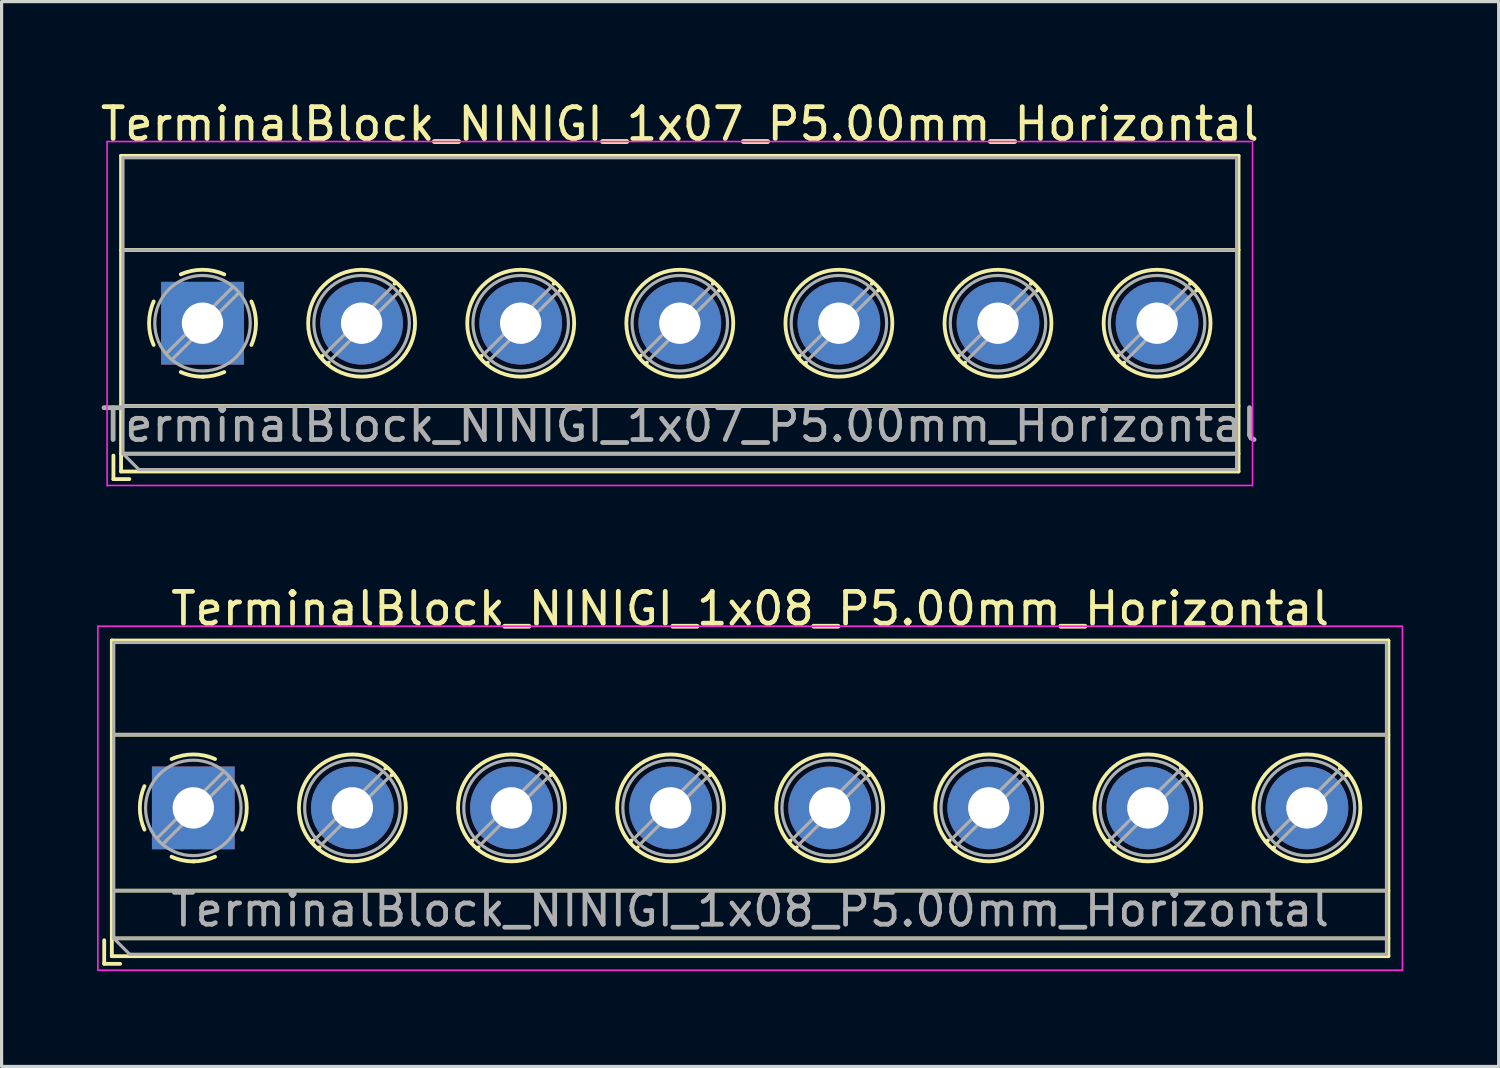
<source format=kicad_pcb>
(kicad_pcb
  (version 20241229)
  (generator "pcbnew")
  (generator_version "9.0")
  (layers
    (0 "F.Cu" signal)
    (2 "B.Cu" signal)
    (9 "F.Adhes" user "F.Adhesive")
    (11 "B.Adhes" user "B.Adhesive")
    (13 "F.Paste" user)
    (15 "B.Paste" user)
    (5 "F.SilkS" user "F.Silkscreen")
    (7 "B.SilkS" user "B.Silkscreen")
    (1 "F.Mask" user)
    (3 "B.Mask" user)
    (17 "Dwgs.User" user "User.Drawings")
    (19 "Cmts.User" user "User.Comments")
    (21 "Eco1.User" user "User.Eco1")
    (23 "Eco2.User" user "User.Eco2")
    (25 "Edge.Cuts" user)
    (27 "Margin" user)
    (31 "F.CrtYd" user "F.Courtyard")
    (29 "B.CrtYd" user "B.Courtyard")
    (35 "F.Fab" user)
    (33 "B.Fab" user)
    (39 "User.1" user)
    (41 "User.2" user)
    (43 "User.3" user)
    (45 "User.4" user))
  (footprint "TerminalBlock_NINIGI_1x07_P5.00mm_Horizontal"
    (layer "F.Cu")
    (at 3.315 7.108)
    (property "Reference" "TerminalBlock_NINIGI_1x07_P5.00mm_Horizontal" (at 15 -6.26 0) (layer "F.SilkS") (effects (font (size 1 1) (thickness 0.15))))
    (attr through_hole)
    (fp_line (start -2.8 4.16) (end -2.8 4.9) (stroke (width 0.12) (type solid)) (layer "F.SilkS"))
    (fp_line (start -2.8 4.9) (end -2.3 4.9) (stroke (width 0.12) (type solid)) (layer "F.SilkS"))
    (fp_line (start -2.56 -5.261) (end -2.56 4.66) (stroke (width 0.12) (type solid)) (layer "F.SilkS"))
    (fp_line (start -2.56 -5.261) (end 32.56 -5.261) (stroke (width 0.12) (type solid)) (layer "F.SilkS"))
    (fp_line (start -2.56 -2.301) (end 32.56 -2.301) (stroke (width 0.12) (type solid)) (layer "F.SilkS"))
    (fp_line (start -2.56 2.6) (end 32.56 2.6) (stroke (width 0.12) (type solid)) (layer "F.SilkS"))
    (fp_line (start -2.56 4.1) (end 32.56 4.1) (stroke (width 0.12) (type solid)) (layer "F.SilkS"))
    (fp_line (start -2.56 4.66) (end 32.56 4.66) (stroke (width 0.12) (type solid)) (layer "F.SilkS"))
    (fp_line (start 3.773 1.023) (end 3.726 1.069) (stroke (width 0.12) (type solid)) (layer "F.SilkS"))
    (fp_line (start 3.966 1.239) (end 3.931 1.274) (stroke (width 0.12) (type solid)) (layer "F.SilkS"))
    (fp_line (start 6.07 -1.275) (end 6.035 -1.239) (stroke (width 0.12) (type solid)) (layer "F.SilkS"))
    (fp_line (start 6.275 -1.069) (end 6.228 -1.023) (stroke (width 0.12) (type solid)) (layer "F.SilkS"))
    (fp_line (start 8.773 1.023) (end 8.726 1.069) (stroke (width 0.12) (type solid)) (layer "F.SilkS"))
    (fp_line (start 8.966 1.239) (end 8.931 1.274) (stroke (width 0.12) (type solid)) (layer "F.SilkS"))
    (fp_line (start 11.07 -1.275) (end 11.035 -1.239) (stroke (width 0.12) (type solid)) (layer "F.SilkS"))
    (fp_line (start 11.275 -1.069) (end 11.228 -1.023) (stroke (width 0.12) (type solid)) (layer "F.SilkS"))
    (fp_line (start 13.773 1.023) (end 13.726 1.069) (stroke (width 0.12) (type solid)) (layer "F.SilkS"))
    (fp_line (start 13.966 1.239) (end 13.931 1.274) (stroke (width 0.12) (type solid)) (layer "F.SilkS"))
    (fp_line (start 16.07 -1.275) (end 16.035 -1.239) (stroke (width 0.12) (type solid)) (layer "F.SilkS"))
    (fp_line (start 16.275 -1.069) (end 16.228 -1.023) (stroke (width 0.12) (type solid)) (layer "F.SilkS"))
    (fp_line (start 18.773 1.023) (end 18.726 1.069) (stroke (width 0.12) (type solid)) (layer "F.SilkS"))
    (fp_line (start 18.966 1.239) (end 18.931 1.274) (stroke (width 0.12) (type solid)) (layer "F.SilkS"))
    (fp_line (start 21.07 -1.275) (end 21.035 -1.239) (stroke (width 0.12) (type solid)) (layer "F.SilkS"))
    (fp_line (start 21.275 -1.069) (end 21.228 -1.023) (stroke (width 0.12) (type solid)) (layer "F.SilkS"))
    (fp_line (start 23.773 1.023) (end 23.726 1.069) (stroke (width 0.12) (type solid)) (layer "F.SilkS"))
    (fp_line (start 23.966 1.239) (end 23.931 1.274) (stroke (width 0.12) (type solid)) (layer "F.SilkS"))
    (fp_line (start 26.07 -1.275) (end 26.035 -1.239) (stroke (width 0.12) (type solid)) (layer "F.SilkS"))
    (fp_line (start 26.275 -1.069) (end 26.228 -1.023) (stroke (width 0.12) (type solid)) (layer "F.SilkS"))
    (fp_line (start 28.773 1.023) (end 28.726 1.069) (stroke (width 0.12) (type solid)) (layer "F.SilkS"))
    (fp_line (start 28.966 1.239) (end 28.931 1.274) (stroke (width 0.12) (type solid)) (layer "F.SilkS"))
    (fp_line (start 31.07 -1.275) (end 31.035 -1.239) (stroke (width 0.12) (type solid)) (layer "F.SilkS"))
    (fp_line (start 31.275 -1.069) (end 31.228 -1.023) (stroke (width 0.12) (type solid)) (layer "F.SilkS"))
    (fp_line (start 32.56 -5.261) (end 32.56 4.66) (stroke (width 0.12) (type solid)) (layer "F.SilkS"))
    (fp_arc (start -1.535427 0.683042) (mid -1.680501 -0.000524) (end -1.535 -0.684) (stroke (width 0.12) (type solid)) (layer "F.SilkS"))
    (fp_arc (start -0.683042 -1.535427) (mid 0.000524 -1.680501) (end 0.684 -1.535) (stroke (width 0.12) (type solid)) (layer "F.SilkS"))
    (fp_arc (start 0.028805 1.680253) (mid -0.335551 1.646659) (end -0.684 1.535) (stroke (width 0.12) (type solid)) (layer "F.SilkS"))
    (fp_arc (start 0.683318 1.534756) (mid 0.349292 1.643288) (end 0 1.68) (stroke (width 0.12) (type solid)) (layer "F.SilkS"))
    (fp_arc (start 1.535427 -0.683042) (mid 1.680501 0.000524) (end 1.535 0.684) (stroke (width 0.12) (type solid)) (layer "F.SilkS"))
    (fp_circle (center 5 0) (end 6.68 0) (stroke (width 0.12) (type solid)) (fill no) (layer "F.SilkS"))
    (fp_circle (center 10 0) (end 11.68 0) (stroke (width 0.12) (type solid)) (fill no) (layer "F.SilkS"))
    (fp_circle (center 15 0) (end 16.68 0) (stroke (width 0.12) (type solid)) (fill no) (layer "F.SilkS"))
    (fp_circle (center 20 0) (end 21.68 0) (stroke (width 0.12) (type solid)) (fill no) (layer "F.SilkS"))
    (fp_circle (center 25 0) (end 26.68 0) (stroke (width 0.12) (type solid)) (fill no) (layer "F.SilkS"))
    (fp_circle (center 30 0) (end 31.68 0) (stroke (width 0.12) (type solid)) (fill no) (layer "F.SilkS"))
    (fp_line (start -3 -5.71) (end -3 5.1) (stroke (width 0.05) (type solid)) (layer "F.CrtYd"))
    (fp_line (start -3 5.1) (end 33 5.1) (stroke (width 0.05) (type solid)) (layer "F.CrtYd"))
    (fp_line (start 33 -5.71) (end -3 -5.71) (stroke (width 0.05) (type solid)) (layer "F.CrtYd"))
    (fp_line (start 33 5.1) (end 33 -5.71) (stroke (width 0.05) (type solid)) (layer "F.CrtYd"))
    (fp_line (start -2.5 -5.2) (end 32.5 -5.2) (stroke (width 0.1) (type solid)) (layer "F.Fab"))
    (fp_line (start -2.5 -2.3) (end 32.5 -2.3) (stroke (width 0.1) (type solid)) (layer "F.Fab"))
    (fp_line (start -2.5 2.6) (end 32.5 2.6) (stroke (width 0.1) (type solid)) (layer "F.Fab"))
    (fp_line (start -2.5 4.1) (end -2.5 -5.2) (stroke (width 0.1) (type solid)) (layer "F.Fab"))
    (fp_line (start -2.5 4.1) (end 32.5 4.1) (stroke (width 0.1) (type solid)) (layer "F.Fab"))
    (fp_line (start -2 4.6) (end -2.5 4.1) (stroke (width 0.1) (type solid)) (layer "F.Fab"))
    (fp_line (start 0.955 -1.138) (end -1.138 0.955) (stroke (width 0.1) (type solid)) (layer "F.Fab"))
    (fp_line (start 1.138 -0.955) (end -0.955 1.138) (stroke (width 0.1) (type solid)) (layer "F.Fab"))
    (fp_line (start 5.955 -1.138) (end 3.863 0.955) (stroke (width 0.1) (type solid)) (layer "F.Fab"))
    (fp_line (start 6.138 -0.955) (end 4.046 1.138) (stroke (width 0.1) (type solid)) (layer "F.Fab"))
    (fp_line (start 10.955 -1.138) (end 8.863 0.955) (stroke (width 0.1) (type solid)) (layer "F.Fab"))
    (fp_line (start 11.138 -0.955) (end 9.046 1.138) (stroke (width 0.1) (type solid)) (layer "F.Fab"))
    (fp_line (start 15.955 -1.138) (end 13.863 0.955) (stroke (width 0.1) (type solid)) (layer "F.Fab"))
    (fp_line (start 16.138 -0.955) (end 14.046 1.138) (stroke (width 0.1) (type solid)) (layer "F.Fab"))
    (fp_line (start 20.955 -1.138) (end 18.863 0.955) (stroke (width 0.1) (type solid)) (layer "F.Fab"))
    (fp_line (start 21.138 -0.955) (end 19.046 1.138) (stroke (width 0.1) (type solid)) (layer "F.Fab"))
    (fp_line (start 25.955 -1.138) (end 23.863 0.955) (stroke (width 0.1) (type solid)) (layer "F.Fab"))
    (fp_line (start 26.138 -0.955) (end 24.046 1.138) (stroke (width 0.1) (type solid)) (layer "F.Fab"))
    (fp_line (start 30.955 -1.138) (end 28.863 0.955) (stroke (width 0.1) (type solid)) (layer "F.Fab"))
    (fp_line (start 31.138 -0.955) (end 29.046 1.138) (stroke (width 0.1) (type solid)) (layer "F.Fab"))
    (fp_line (start 32.5 -5.2) (end 32.5 4.6) (stroke (width 0.1) (type solid)) (layer "F.Fab"))
    (fp_line (start 32.5 4.6) (end -2 4.6) (stroke (width 0.1) (type solid)) (layer "F.Fab"))
    (fp_circle (center 0 0) (end 1.5 0) (stroke (width 0.1) (type solid)) (fill no) (layer "F.Fab"))
    (fp_circle (center 5 0) (end 6.5 0) (stroke (width 0.1) (type solid)) (fill no) (layer "F.Fab"))
    (fp_circle (center 10 0) (end 11.5 0) (stroke (width 0.1) (type solid)) (fill no) (layer "F.Fab"))
    (fp_circle (center 15 0) (end 16.5 0) (stroke (width 0.1) (type solid)) (fill no) (layer "F.Fab"))
    (fp_circle (center 20 0) (end 21.5 0) (stroke (width 0.1) (type solid)) (fill no) (layer "F.Fab"))
    (fp_circle (center 25 0) (end 26.5 0) (stroke (width 0.1) (type solid)) (fill no) (layer "F.Fab"))
    (fp_circle (center 30 0) (end 31.5 0) (stroke (width 0.1) (type solid)) (fill no) (layer "F.Fab"))
    (fp_text user "${REFERENCE}" (at 15 3.2 0) (layer "F.Fab") (effects (font (size 1 1) (thickness 0.15))))
    (pad "1" thru_hole rect (at 0 0) (size 2.6 2.6) (drill 1.3) (layers "*.Cu" "*.Mask"))
    (pad "2" thru_hole circle (at 5 0) (size 2.6 2.6) (drill 1.3) (layers "*.Cu" "*.Mask"))
    (pad "3" thru_hole circle (at 10 0) (size 2.6 2.6) (drill 1.3) (layers "*.Cu" "*.Mask"))
    (pad "4" thru_hole circle (at 15 0) (size 2.6 2.6) (drill 1.3) (layers "*.Cu" "*.Mask"))
    (pad "5" thru_hole circle (at 20 0) (size 2.6 2.6) (drill 1.3) (layers "*.Cu" "*.Mask"))
    (pad "6" thru_hole circle (at 25 0) (size 2.6 2.6) (drill 1.3) (layers "*.Cu" "*.Mask"))
    (pad "7" thru_hole circle (at 30 0) (size 2.6 2.6) (drill 1.3) (layers "*.Cu" "*.Mask")))
  (footprint "TerminalBlock_NINIGI_1x08_P5.00mm_Horizontal"
    (layer "F.Cu")
    (at 3.025 22.341)
    (property "Reference" "TerminalBlock_NINIGI_1x08_P5.00mm_Horizontal" (at 17.5 -6.26 0) (layer "F.SilkS") (effects (font (size 1 1) (thickness 0.15))))
    (attr through_hole)
    (fp_line (start -2.8 4.16) (end -2.8 4.9) (stroke (width 0.12) (type solid)) (layer "F.SilkS"))
    (fp_line (start -2.8 4.9) (end -2.3 4.9) (stroke (width 0.12) (type solid)) (layer "F.SilkS"))
    (fp_line (start -2.56 -5.261) (end -2.56 4.66) (stroke (width 0.12) (type solid)) (layer "F.SilkS"))
    (fp_line (start -2.56 -5.261) (end 37.56 -5.261) (stroke (width 0.12) (type solid)) (layer "F.SilkS"))
    (fp_line (start -2.56 -2.301) (end 37.56 -2.301) (stroke (width 0.12) (type solid)) (layer "F.SilkS"))
    (fp_line (start -2.56 2.6) (end 37.56 2.6) (stroke (width 0.12) (type solid)) (layer "F.SilkS"))
    (fp_line (start -2.56 4.1) (end 37.56 4.1) (stroke (width 0.12) (type solid)) (layer "F.SilkS"))
    (fp_line (start -2.56 4.66) (end 37.56 4.66) (stroke (width 0.12) (type solid)) (layer "F.SilkS"))
    (fp_line (start 3.773 1.023) (end 3.726 1.069) (stroke (width 0.12) (type solid)) (layer "F.SilkS"))
    (fp_line (start 3.966 1.239) (end 3.931 1.274) (stroke (width 0.12) (type solid)) (layer "F.SilkS"))
    (fp_line (start 6.07 -1.275) (end 6.035 -1.239) (stroke (width 0.12) (type solid)) (layer "F.SilkS"))
    (fp_line (start 6.275 -1.069) (end 6.228 -1.023) (stroke (width 0.12) (type solid)) (layer "F.SilkS"))
    (fp_line (start 8.773 1.023) (end 8.726 1.069) (stroke (width 0.12) (type solid)) (layer "F.SilkS"))
    (fp_line (start 8.966 1.239) (end 8.931 1.274) (stroke (width 0.12) (type solid)) (layer "F.SilkS"))
    (fp_line (start 11.07 -1.275) (end 11.035 -1.239) (stroke (width 0.12) (type solid)) (layer "F.SilkS"))
    (fp_line (start 11.275 -1.069) (end 11.228 -1.023) (stroke (width 0.12) (type solid)) (layer "F.SilkS"))
    (fp_line (start 13.773 1.023) (end 13.726 1.069) (stroke (width 0.12) (type solid)) (layer "F.SilkS"))
    (fp_line (start 13.966 1.239) (end 13.931 1.274) (stroke (width 0.12) (type solid)) (layer "F.SilkS"))
    (fp_line (start 16.07 -1.275) (end 16.035 -1.239) (stroke (width 0.12) (type solid)) (layer "F.SilkS"))
    (fp_line (start 16.275 -1.069) (end 16.228 -1.023) (stroke (width 0.12) (type solid)) (layer "F.SilkS"))
    (fp_line (start 18.773 1.023) (end 18.726 1.069) (stroke (width 0.12) (type solid)) (layer "F.SilkS"))
    (fp_line (start 18.966 1.239) (end 18.931 1.274) (stroke (width 0.12) (type solid)) (layer "F.SilkS"))
    (fp_line (start 21.07 -1.275) (end 21.035 -1.239) (stroke (width 0.12) (type solid)) (layer "F.SilkS"))
    (fp_line (start 21.275 -1.069) (end 21.228 -1.023) (stroke (width 0.12) (type solid)) (layer "F.SilkS"))
    (fp_line (start 23.773 1.023) (end 23.726 1.069) (stroke (width 0.12) (type solid)) (layer "F.SilkS"))
    (fp_line (start 23.966 1.239) (end 23.931 1.274) (stroke (width 0.12) (type solid)) (layer "F.SilkS"))
    (fp_line (start 26.07 -1.275) (end 26.035 -1.239) (stroke (width 0.12) (type solid)) (layer "F.SilkS"))
    (fp_line (start 26.275 -1.069) (end 26.228 -1.023) (stroke (width 0.12) (type solid)) (layer "F.SilkS"))
    (fp_line (start 28.773 1.023) (end 28.726 1.069) (stroke (width 0.12) (type solid)) (layer "F.SilkS"))
    (fp_line (start 28.966 1.239) (end 28.931 1.274) (stroke (width 0.12) (type solid)) (layer "F.SilkS"))
    (fp_line (start 31.07 -1.275) (end 31.035 -1.239) (stroke (width 0.12) (type solid)) (layer "F.SilkS"))
    (fp_line (start 31.275 -1.069) (end 31.228 -1.023) (stroke (width 0.12) (type solid)) (layer "F.SilkS"))
    (fp_line (start 33.773 1.023) (end 33.726 1.069) (stroke (width 0.12) (type solid)) (layer "F.SilkS"))
    (fp_line (start 33.966 1.239) (end 33.931 1.274) (stroke (width 0.12) (type solid)) (layer "F.SilkS"))
    (fp_line (start 36.07 -1.275) (end 36.035 -1.239) (stroke (width 0.12) (type solid)) (layer "F.SilkS"))
    (fp_line (start 36.275 -1.069) (end 36.228 -1.023) (stroke (width 0.12) (type solid)) (layer "F.SilkS"))
    (fp_line (start 37.56 -5.261) (end 37.56 4.66) (stroke (width 0.12) (type solid)) (layer "F.SilkS"))
    (fp_arc (start -1.535427 0.683042) (mid -1.680501 -0.000524) (end -1.535 -0.684) (stroke (width 0.12) (type solid)) (layer "F.SilkS"))
    (fp_arc (start -0.683042 -1.535427) (mid 0.000524 -1.680501) (end 0.684 -1.535) (stroke (width 0.12) (type solid)) (layer "F.SilkS"))
    (fp_arc (start 0.028805 1.680253) (mid -0.335551 1.646659) (end -0.684 1.535) (stroke (width 0.12) (type solid)) (layer "F.SilkS"))
    (fp_arc (start 0.683318 1.534756) (mid 0.349292 1.643288) (end 0 1.68) (stroke (width 0.12) (type solid)) (layer "F.SilkS"))
    (fp_arc (start 1.535427 -0.683042) (mid 1.680501 0.000524) (end 1.535 0.684) (stroke (width 0.12) (type solid)) (layer "F.SilkS"))
    (fp_circle (center 5 0) (end 6.68 0) (stroke (width 0.12) (type solid)) (fill no) (layer "F.SilkS"))
    (fp_circle (center 10 0) (end 11.68 0) (stroke (width 0.12) (type solid)) (fill no) (layer "F.SilkS"))
    (fp_circle (center 15 0) (end 16.68 0) (stroke (width 0.12) (type solid)) (fill no) (layer "F.SilkS"))
    (fp_circle (center 20 0) (end 21.68 0) (stroke (width 0.12) (type solid)) (fill no) (layer "F.SilkS"))
    (fp_circle (center 25 0) (end 26.68 0) (stroke (width 0.12) (type solid)) (fill no) (layer "F.SilkS"))
    (fp_circle (center 30 0) (end 31.68 0) (stroke (width 0.12) (type solid)) (fill no) (layer "F.SilkS"))
    (fp_circle (center 35 0) (end 36.68 0) (stroke (width 0.12) (type solid)) (fill no) (layer "F.SilkS"))
    (fp_line (start -3 -5.71) (end -3 5.1) (stroke (width 0.05) (type solid)) (layer "F.CrtYd"))
    (fp_line (start -3 5.1) (end 38 5.1) (stroke (width 0.05) (type solid)) (layer "F.CrtYd"))
    (fp_line (start 38 -5.71) (end -3 -5.71) (stroke (width 0.05) (type solid)) (layer "F.CrtYd"))
    (fp_line (start 38 5.1) (end 38 -5.71) (stroke (width 0.05) (type solid)) (layer "F.CrtYd"))
    (fp_line (start -2.5 -5.2) (end 37.5 -5.2) (stroke (width 0.1) (type solid)) (layer "F.Fab"))
    (fp_line (start -2.5 -2.3) (end 37.5 -2.3) (stroke (width 0.1) (type solid)) (layer "F.Fab"))
    (fp_line (start -2.5 2.6) (end 37.5 2.6) (stroke (width 0.1) (type solid)) (layer "F.Fab"))
    (fp_line (start -2.5 4.1) (end -2.5 -5.2) (stroke (width 0.1) (type solid)) (layer "F.Fab"))
    (fp_line (start -2.5 4.1) (end 37.5 4.1) (stroke (width 0.1) (type solid)) (layer "F.Fab"))
    (fp_line (start -2 4.6) (end -2.5 4.1) (stroke (width 0.1) (type solid)) (layer "F.Fab"))
    (fp_line (start 0.955 -1.138) (end -1.138 0.955) (stroke (width 0.1) (type solid)) (layer "F.Fab"))
    (fp_line (start 1.138 -0.955) (end -0.955 1.138) (stroke (width 0.1) (type solid)) (layer "F.Fab"))
    (fp_line (start 5.955 -1.138) (end 3.863 0.955) (stroke (width 0.1) (type solid)) (layer "F.Fab"))
    (fp_line (start 6.138 -0.955) (end 4.046 1.138) (stroke (width 0.1) (type solid)) (layer "F.Fab"))
    (fp_line (start 10.955 -1.138) (end 8.863 0.955) (stroke (width 0.1) (type solid)) (layer "F.Fab"))
    (fp_line (start 11.138 -0.955) (end 9.046 1.138) (stroke (width 0.1) (type solid)) (layer "F.Fab"))
    (fp_line (start 15.955 -1.138) (end 13.863 0.955) (stroke (width 0.1) (type solid)) (layer "F.Fab"))
    (fp_line (start 16.138 -0.955) (end 14.046 1.138) (stroke (width 0.1) (type solid)) (layer "F.Fab"))
    (fp_line (start 20.955 -1.138) (end 18.863 0.955) (stroke (width 0.1) (type solid)) (layer "F.Fab"))
    (fp_line (start 21.138 -0.955) (end 19.046 1.138) (stroke (width 0.1) (type solid)) (layer "F.Fab"))
    (fp_line (start 25.955 -1.138) (end 23.863 0.955) (stroke (width 0.1) (type solid)) (layer "F.Fab"))
    (fp_line (start 26.138 -0.955) (end 24.046 1.138) (stroke (width 0.1) (type solid)) (layer "F.Fab"))
    (fp_line (start 30.955 -1.138) (end 28.863 0.955) (stroke (width 0.1) (type solid)) (layer "F.Fab"))
    (fp_line (start 31.138 -0.955) (end 29.046 1.138) (stroke (width 0.1) (type solid)) (layer "F.Fab"))
    (fp_line (start 35.955 -1.138) (end 33.863 0.955) (stroke (width 0.1) (type solid)) (layer "F.Fab"))
    (fp_line (start 36.138 -0.955) (end 34.046 1.138) (stroke (width 0.1) (type solid)) (layer "F.Fab"))
    (fp_line (start 37.5 -5.2) (end 37.5 4.6) (stroke (width 0.1) (type solid)) (layer "F.Fab"))
    (fp_line (start 37.5 4.6) (end -2 4.6) (stroke (width 0.1) (type solid)) (layer "F.Fab"))
    (fp_circle (center 0 0) (end 1.5 0) (stroke (width 0.1) (type solid)) (fill no) (layer "F.Fab"))
    (fp_circle (center 5 0) (end 6.5 0) (stroke (width 0.1) (type solid)) (fill no) (layer "F.Fab"))
    (fp_circle (center 10 0) (end 11.5 0) (stroke (width 0.1) (type solid)) (fill no) (layer "F.Fab"))
    (fp_circle (center 15 0) (end 16.5 0) (stroke (width 0.1) (type solid)) (fill no) (layer "F.Fab"))
    (fp_circle (center 20 0) (end 21.5 0) (stroke (width 0.1) (type solid)) (fill no) (layer "F.Fab"))
    (fp_circle (center 25 0) (end 26.5 0) (stroke (width 0.1) (type solid)) (fill no) (layer "F.Fab"))
    (fp_circle (center 30 0) (end 31.5 0) (stroke (width 0.1) (type solid)) (fill no) (layer "F.Fab"))
    (fp_circle (center 35 0) (end 36.5 0) (stroke (width 0.1) (type solid)) (fill no) (layer "F.Fab"))
    (fp_text user "${REFERENCE}" (at 17.5 3.2 0) (layer "F.Fab") (effects (font (size 1 1) (thickness 0.15))))
    (pad "1" thru_hole rect (at 0 0) (size 2.6 2.6) (drill 1.3) (layers "*.Cu" "*.Mask"))
    (pad "2" thru_hole circle (at 5 0) (size 2.6 2.6) (drill 1.3) (layers "*.Cu" "*.Mask"))
    (pad "3" thru_hole circle (at 10 0) (size 2.6 2.6) (drill 1.3) (layers "*.Cu" "*.Mask"))
    (pad "4" thru_hole circle (at 15 0) (size 2.6 2.6) (drill 1.3) (layers "*.Cu" "*.Mask"))
    (pad "5" thru_hole circle (at 20 0) (size 2.6 2.6) (drill 1.3) (layers "*.Cu" "*.Mask"))
    (pad "6" thru_hole circle (at 25 0) (size 2.6 2.6) (drill 1.3) (layers "*.Cu" "*.Mask"))
    (pad "7" thru_hole circle (at 30 0) (size 2.6 2.6) (drill 1.3) (layers "*.Cu" "*.Mask"))
    (pad "8" thru_hole circle (at 35 0) (size 2.6 2.6) (drill 1.3) (layers "*.Cu" "*.Mask")))
  (gr_rect
    (start -3 -3)
    (end 44.05 30.466)
    (stroke (width 0.1) (type default))
    (fill no)
    (layer "Edge.Cuts")))
</source>
